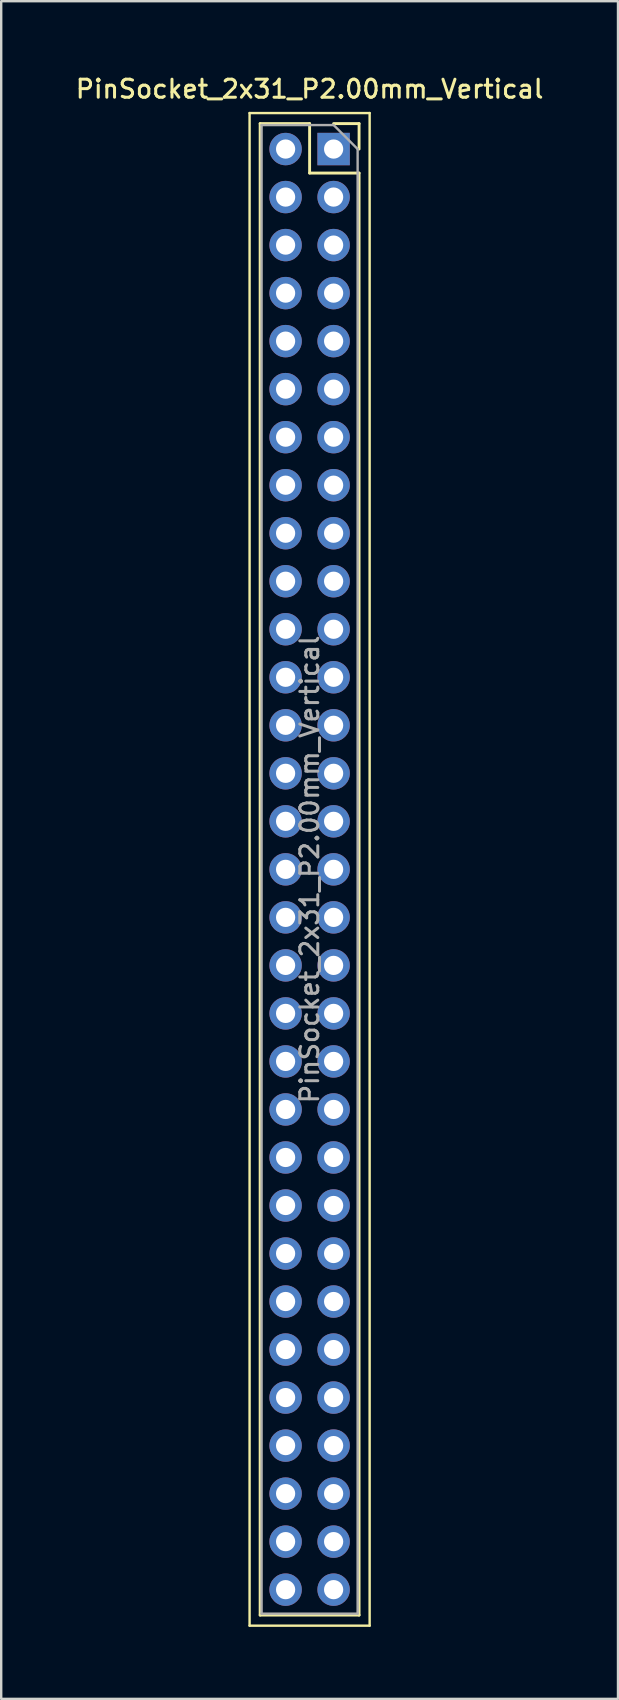
<source format=kicad_pcb>
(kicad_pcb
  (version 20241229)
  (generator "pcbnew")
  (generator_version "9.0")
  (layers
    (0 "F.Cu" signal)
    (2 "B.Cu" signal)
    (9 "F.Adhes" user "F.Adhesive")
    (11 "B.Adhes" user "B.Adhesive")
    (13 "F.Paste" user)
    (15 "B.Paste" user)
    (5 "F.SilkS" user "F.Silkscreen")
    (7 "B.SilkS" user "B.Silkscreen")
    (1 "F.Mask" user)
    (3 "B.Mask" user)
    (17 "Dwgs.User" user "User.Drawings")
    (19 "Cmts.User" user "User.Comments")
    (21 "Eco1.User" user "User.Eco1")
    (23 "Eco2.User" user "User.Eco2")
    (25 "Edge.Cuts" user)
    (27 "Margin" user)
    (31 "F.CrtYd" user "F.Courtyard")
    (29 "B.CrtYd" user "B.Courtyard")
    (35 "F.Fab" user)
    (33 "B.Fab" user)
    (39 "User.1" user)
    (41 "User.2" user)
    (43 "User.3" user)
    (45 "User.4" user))
  (footprint "PinSocket_2x31_P2.00mm_Vertical"
    (layer "F.Cu")
    (at 10.845 3.158)
    (property "Reference" "PinSocket_2x31_P2.00mm_Vertical" (at -1 -2.5 0) (layer "F.SilkS") (effects (font (size 0.75 0.75) (thickness 0.125))))
    (attr through_hole)
    (fp_line (start -3.5 -1.5) (end 1.5 -1.5) (stroke (width 0.1) (type solid)) (layer "F.SilkS"))
    (fp_line (start -3.5 61.5) (end -3.5 -1.5) (stroke (width 0.1) (type solid)) (layer "F.SilkS"))
    (fp_line (start -3.06 -1.06) (end -3.06 61.06) (stroke (width 0.12) (type solid)) (layer "F.SilkS"))
    (fp_line (start -3.06 -1.06) (end -1 -1.06) (stroke (width 0.12) (type solid)) (layer "F.SilkS"))
    (fp_line (start -3.06 61.06) (end 1.06 61.06) (stroke (width 0.12) (type solid)) (layer "F.SilkS"))
    (fp_line (start -1 -1.06) (end -1 1) (stroke (width 0.12) (type solid)) (layer "F.SilkS"))
    (fp_line (start -1 1) (end 1.06 1) (stroke (width 0.12) (type solid)) (layer "F.SilkS"))
    (fp_line (start 0 -1.06) (end 1.06 -1.06) (stroke (width 0.12) (type solid)) (layer "F.SilkS"))
    (fp_line (start 1.06 -1.06) (end 1.06 0) (stroke (width 0.12) (type solid)) (layer "F.SilkS"))
    (fp_line (start 1.06 1) (end 1.06 61.06) (stroke (width 0.12) (type solid)) (layer "F.SilkS"))
    (fp_line (start 1.5 -1.5) (end 1.5 61.5) (stroke (width 0.1) (type solid)) (layer "F.SilkS"))
    (fp_line (start 1.5 61.5) (end -3.5 61.5) (stroke (width 0.1) (type solid)) (layer "F.SilkS"))
    (fp_line (start -3 -1) (end 0 -1) (stroke (width 0.1) (type solid)) (layer "F.Fab"))
    (fp_line (start -3 61) (end -3 -1) (stroke (width 0.1) (type solid)) (layer "F.Fab"))
    (fp_line (start 0 -1) (end 1 0) (stroke (width 0.1) (type solid)) (layer "F.Fab"))
    (fp_line (start 1 0) (end 1 61) (stroke (width 0.1) (type solid)) (layer "F.Fab"))
    (fp_line (start 1 61) (end -3 61) (stroke (width 0.1) (type solid)) (layer "F.Fab"))
    (fp_text user "${REFERENCE}" (at -1 30 90) (layer "F.Fab") (effects (font (size 0.75 0.75) (thickness 0.125))))
    (pad "1" thru_hole rect (at 0 0) (size 1.35 1.35) (drill 0.8) (layers "*.Cu" "*.Mask"))
    (pad "2" thru_hole oval (at -2 0) (size 1.35 1.35) (drill 0.8) (layers "*.Cu" "*.Mask"))
    (pad "3" thru_hole oval (at 0 2) (size 1.35 1.35) (drill 0.8) (layers "*.Cu" "*.Mask"))
    (pad "4" thru_hole oval (at -2 2) (size 1.35 1.35) (drill 0.8) (layers "*.Cu" "*.Mask"))
    (pad "5" thru_hole oval (at 0 4) (size 1.35 1.35) (drill 0.8) (layers "*.Cu" "*.Mask"))
    (pad "6" thru_hole oval (at -2 4) (size 1.35 1.35) (drill 0.8) (layers "*.Cu" "*.Mask"))
    (pad "7" thru_hole oval (at 0 6) (size 1.35 1.35) (drill 0.8) (layers "*.Cu" "*.Mask"))
    (pad "8" thru_hole oval (at -2 6) (size 1.35 1.35) (drill 0.8) (layers "*.Cu" "*.Mask"))
    (pad "9" thru_hole oval (at 0 8) (size 1.35 1.35) (drill 0.8) (layers "*.Cu" "*.Mask"))
    (pad "10" thru_hole oval (at -2 8) (size 1.35 1.35) (drill 0.8) (layers "*.Cu" "*.Mask"))
    (pad "11" thru_hole oval (at 0 10) (size 1.35 1.35) (drill 0.8) (layers "*.Cu" "*.Mask"))
    (pad "12" thru_hole oval (at -2 10) (size 1.35 1.35) (drill 0.8) (layers "*.Cu" "*.Mask"))
    (pad "13" thru_hole oval (at 0 12) (size 1.35 1.35) (drill 0.8) (layers "*.Cu" "*.Mask"))
    (pad "14" thru_hole oval (at -2 12) (size 1.35 1.35) (drill 0.8) (layers "*.Cu" "*.Mask"))
    (pad "15" thru_hole oval (at 0 14) (size 1.35 1.35) (drill 0.8) (layers "*.Cu" "*.Mask"))
    (pad "16" thru_hole oval (at -2 14) (size 1.35 1.35) (drill 0.8) (layers "*.Cu" "*.Mask"))
    (pad "17" thru_hole oval (at 0 16) (size 1.35 1.35) (drill 0.8) (layers "*.Cu" "*.Mask"))
    (pad "18" thru_hole oval (at -2 16) (size 1.35 1.35) (drill 0.8) (layers "*.Cu" "*.Mask"))
    (pad "19" thru_hole oval (at 0 18) (size 1.35 1.35) (drill 0.8) (layers "*.Cu" "*.Mask"))
    (pad "20" thru_hole oval (at -2 18) (size 1.35 1.35) (drill 0.8) (layers "*.Cu" "*.Mask"))
    (pad "21" thru_hole oval (at 0 20) (size 1.35 1.35) (drill 0.8) (layers "*.Cu" "*.Mask"))
    (pad "22" thru_hole oval (at -2 20) (size 1.35 1.35) (drill 0.8) (layers "*.Cu" "*.Mask"))
    (pad "23" thru_hole oval (at 0 22) (size 1.35 1.35) (drill 0.8) (layers "*.Cu" "*.Mask"))
    (pad "24" thru_hole oval (at -2 22) (size 1.35 1.35) (drill 0.8) (layers "*.Cu" "*.Mask"))
    (pad "25" thru_hole oval (at 0 24) (size 1.35 1.35) (drill 0.8) (layers "*.Cu" "*.Mask"))
    (pad "26" thru_hole oval (at -2 24) (size 1.35 1.35) (drill 0.8) (layers "*.Cu" "*.Mask"))
    (pad "27" thru_hole oval (at 0 26) (size 1.35 1.35) (drill 0.8) (layers "*.Cu" "*.Mask"))
    (pad "28" thru_hole oval (at -2 26) (size 1.35 1.35) (drill 0.8) (layers "*.Cu" "*.Mask"))
    (pad "29" thru_hole oval (at 0 28) (size 1.35 1.35) (drill 0.8) (layers "*.Cu" "*.Mask"))
    (pad "30" thru_hole oval (at -2 28) (size 1.35 1.35) (drill 0.8) (layers "*.Cu" "*.Mask"))
    (pad "31" thru_hole oval (at 0 30) (size 1.35 1.35) (drill 0.8) (layers "*.Cu" "*.Mask"))
    (pad "32" thru_hole oval (at -2 30) (size 1.35 1.35) (drill 0.8) (layers "*.Cu" "*.Mask"))
    (pad "33" thru_hole oval (at 0 32) (size 1.35 1.35) (drill 0.8) (layers "*.Cu" "*.Mask"))
    (pad "34" thru_hole oval (at -2 32) (size 1.35 1.35) (drill 0.8) (layers "*.Cu" "*.Mask"))
    (pad "35" thru_hole oval (at 0 34) (size 1.35 1.35) (drill 0.8) (layers "*.Cu" "*.Mask"))
    (pad "36" thru_hole oval (at -2 34) (size 1.35 1.35) (drill 0.8) (layers "*.Cu" "*.Mask"))
    (pad "37" thru_hole oval (at 0 36) (size 1.35 1.35) (drill 0.8) (layers "*.Cu" "*.Mask"))
    (pad "38" thru_hole oval (at -2 36) (size 1.35 1.35) (drill 0.8) (layers "*.Cu" "*.Mask"))
    (pad "39" thru_hole oval (at 0 38) (size 1.35 1.35) (drill 0.8) (layers "*.Cu" "*.Mask"))
    (pad "40" thru_hole oval (at -2 38) (size 1.35 1.35) (drill 0.8) (layers "*.Cu" "*.Mask"))
    (pad "41" thru_hole oval (at 0 40) (size 1.35 1.35) (drill 0.8) (layers "*.Cu" "*.Mask"))
    (pad "42" thru_hole oval (at -2 40) (size 1.35 1.35) (drill 0.8) (layers "*.Cu" "*.Mask"))
    (pad "43" thru_hole oval (at 0 42) (size 1.35 1.35) (drill 0.8) (layers "*.Cu" "*.Mask"))
    (pad "44" thru_hole oval (at -2 42) (size 1.35 1.35) (drill 0.8) (layers "*.Cu" "*.Mask"))
    (pad "45" thru_hole oval (at 0 44) (size 1.35 1.35) (drill 0.8) (layers "*.Cu" "*.Mask"))
    (pad "46" thru_hole oval (at -2 44) (size 1.35 1.35) (drill 0.8) (layers "*.Cu" "*.Mask"))
    (pad "47" thru_hole oval (at 0 46) (size 1.35 1.35) (drill 0.8) (layers "*.Cu" "*.Mask"))
    (pad "48" thru_hole oval (at -2 46) (size 1.35 1.35) (drill 0.8) (layers "*.Cu" "*.Mask"))
    (pad "49" thru_hole oval (at 0 48) (size 1.35 1.35) (drill 0.8) (layers "*.Cu" "*.Mask"))
    (pad "50" thru_hole oval (at -2 48) (size 1.35 1.35) (drill 0.8) (layers "*.Cu" "*.Mask"))
    (pad "51" thru_hole oval (at 0 50) (size 1.35 1.35) (drill 0.8) (layers "*.Cu" "*.Mask"))
    (pad "52" thru_hole oval (at -2 50) (size 1.35 1.35) (drill 0.8) (layers "*.Cu" "*.Mask"))
    (pad "53" thru_hole oval (at 0 52) (size 1.35 1.35) (drill 0.8) (layers "*.Cu" "*.Mask"))
    (pad "54" thru_hole oval (at -2 52) (size 1.35 1.35) (drill 0.8) (layers "*.Cu" "*.Mask"))
    (pad "55" thru_hole oval (at 0 54) (size 1.35 1.35) (drill 0.8) (layers "*.Cu" "*.Mask"))
    (pad "56" thru_hole oval (at -2 54) (size 1.35 1.35) (drill 0.8) (layers "*.Cu" "*.Mask"))
    (pad "57" thru_hole oval (at 0 56) (size 1.35 1.35) (drill 0.8) (layers "*.Cu" "*.Mask"))
    (pad "58" thru_hole oval (at -2 56) (size 1.35 1.35) (drill 0.8) (layers "*.Cu" "*.Mask"))
    (pad "59" thru_hole oval (at 0 58) (size 1.35 1.35) (drill 0.8) (layers "*.Cu" "*.Mask"))
    (pad "60" thru_hole oval (at -2 58) (size 1.35 1.35) (drill 0.8) (layers "*.Cu" "*.Mask"))
    (pad "61" thru_hole oval (at 0 60) (size 1.35 1.35) (drill 0.8) (layers "*.Cu" "*.Mask"))
    (pad "62" thru_hole oval (at -2 60) (size 1.35 1.35) (drill 0.8) (layers "*.Cu" "*.Mask")))
  (gr_rect
    (start -3 -3)
    (end 22.689 67.708)
    (stroke (width 0.1) (type default))
    (fill no)
    (layer "Edge.Cuts")))
</source>
